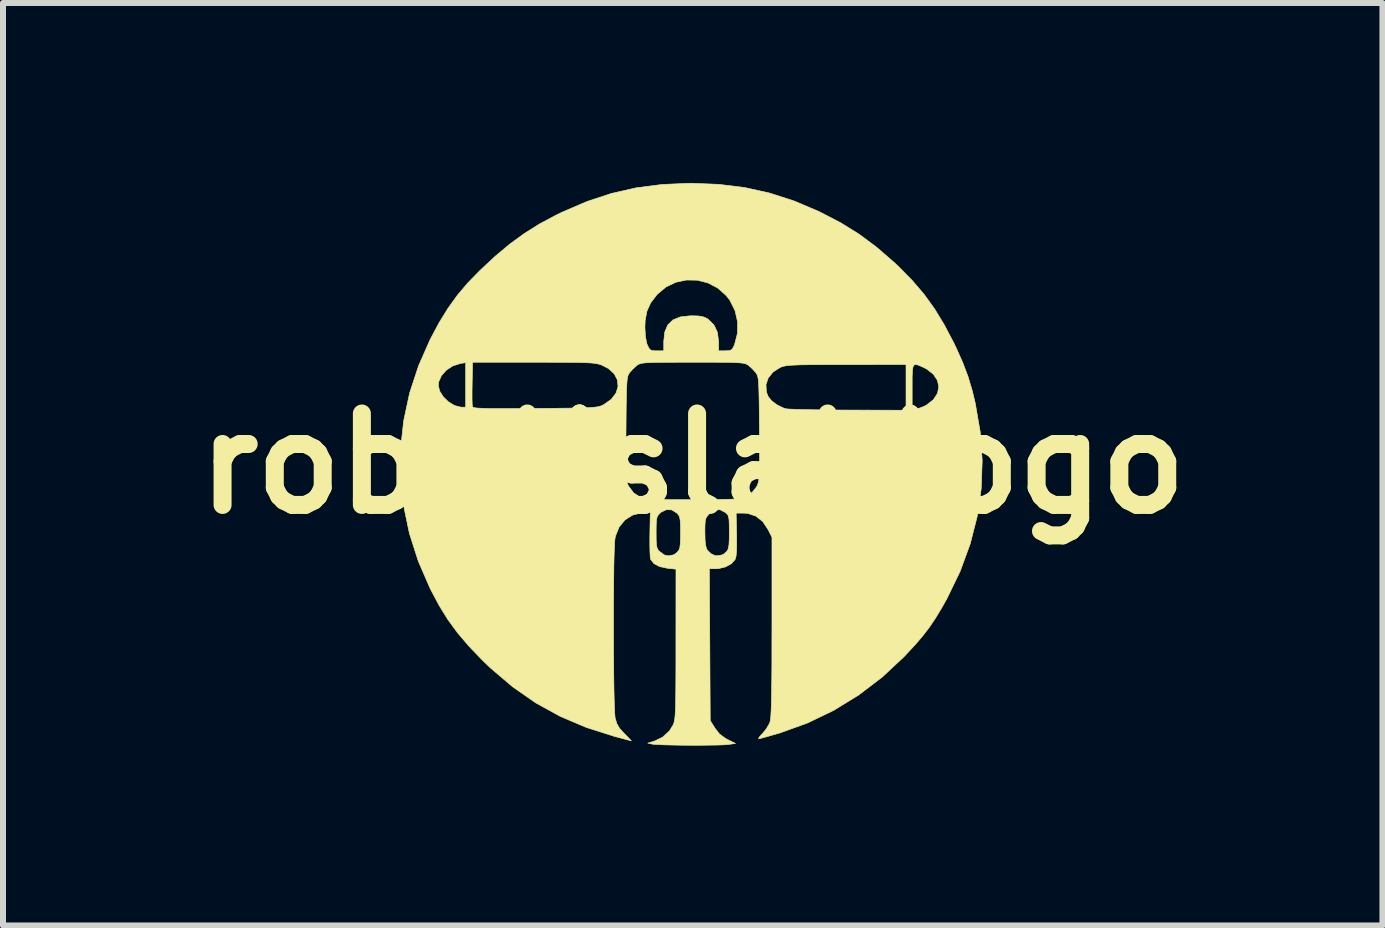
<source format=kicad_pcb>
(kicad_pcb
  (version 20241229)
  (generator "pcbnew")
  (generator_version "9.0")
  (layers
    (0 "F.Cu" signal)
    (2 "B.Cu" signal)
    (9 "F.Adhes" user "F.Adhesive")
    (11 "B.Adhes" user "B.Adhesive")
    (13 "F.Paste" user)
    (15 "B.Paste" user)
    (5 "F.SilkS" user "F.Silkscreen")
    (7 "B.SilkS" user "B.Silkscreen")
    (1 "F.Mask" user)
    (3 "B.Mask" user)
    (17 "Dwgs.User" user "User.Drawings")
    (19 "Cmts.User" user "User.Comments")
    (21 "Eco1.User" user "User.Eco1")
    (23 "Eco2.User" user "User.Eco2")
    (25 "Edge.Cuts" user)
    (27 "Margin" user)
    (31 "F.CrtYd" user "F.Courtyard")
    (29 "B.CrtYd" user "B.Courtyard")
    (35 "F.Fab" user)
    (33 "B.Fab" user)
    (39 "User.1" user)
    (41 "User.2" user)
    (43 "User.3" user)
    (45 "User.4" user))
  (footprint "robotislablogo"
    (layer "F.Cu")
    (at 8.498 4.678)
    (property "Reference" "robotislablogo" (at 0 0 0) (layer "F.SilkS") (effects (font (size 1.524 1.524) (thickness 0.3))))
    (attr through_hole)
    (fp_poly (pts (xy 0.434 -4.655) (xy 0.865 -4.602) (xy 1.28 -4.51) (xy 1.69 -4.378) (xy 2.104 -4.202) (xy 2.126 -4.191) (xy 2.464 -4.016) (xy 2.772 -3.825) (xy 3.065 -3.607) (xy 3.357 -3.354) (xy 3.438 -3.278) (xy 3.66 -3.052) (xy 3.855 -2.824) (xy 4.03 -2.582) (xy 4.192 -2.316) (xy 4.351 -2.014) (xy 4.397 -1.918) (xy 4.505 -1.675) (xy 4.59 -1.449) (xy 4.66 -1.214) (xy 4.71 -1.007) (xy 4.793 -0.525) (xy 4.826 -0.049) (xy 4.809 0.42) (xy 4.742 0.883) (xy 4.625 1.341) (xy 4.458 1.796) (xy 4.24 2.247) (xy 4.155 2.399) (xy 4.051 2.571) (xy 3.95 2.722) (xy 3.841 2.865) (xy 3.715 3.013) (xy 3.562 3.177) (xy 3.519 3.223) (xy 3.157 3.561) (xy 2.767 3.858) (xy 2.351 4.114) (xy 1.913 4.325) (xy 1.455 4.49) (xy 1.333 4.525) (xy 1.239 4.552) (xy 1.158 4.574) (xy 1.11 4.588) (xy 1.109 4.588) (xy 1.096 4.582) (xy 1.12 4.547) (xy 1.16 4.504) (xy 1.224 4.426) (xy 1.275 4.34) (xy 1.29 4.302) (xy 1.297 4.263) (xy 1.303 4.197) (xy 1.308 4.1) (xy 1.312 3.969) (xy 1.315 3.802) (xy 1.318 3.596) (xy 1.32 3.348) (xy 1.32 3.055) (xy 1.321 2.713) (xy 1.321 1.229) (xy 1.256 1.1) (xy 1.167 0.966) (xy 1.053 0.876) (xy 0.919 0.831) (xy 0.854 0.826) (xy 0.724 0.826) (xy 0.732 1.181) (xy 0.733 1.345) (xy 0.73 1.465) (xy 0.722 1.547) (xy 0.707 1.597) (xy 0.706 1.6) (xy 0.644 1.669) (xy 0.548 1.722) (xy 0.434 1.75) (xy 0.386 1.753) (xy 0.277 1.753) (xy 0.292 4.284) (xy 0.369 4.408) (xy 0.446 4.508) (xy 0.544 4.58) (xy 0.58 4.6) (xy 0.713 4.666) (xy 0.594 4.683) (xy 0.528 4.688) (xy 0.424 4.692) (xy 0.29 4.694) (xy 0.137 4.696) (xy -0.026 4.696) (xy -0.189 4.695) (xy -0.344 4.692) (xy -0.48 4.689) (xy -0.588 4.684) (xy -0.658 4.679) (xy -0.673 4.677) (xy -0.749 4.66) (xy -0.642 4.628) (xy -0.502 4.561) (xy -0.389 4.458) (xy -0.327 4.357) (xy -0.316 4.331) (xy -0.308 4.3) (xy -0.3 4.259) (xy -0.294 4.205) (xy -0.29 4.132) (xy -0.286 4.037) (xy -0.284 3.914) (xy -0.282 3.759) (xy -0.281 3.568) (xy -0.28 3.336) (xy -0.28 3.058) (xy -0.28 3.007) (xy -0.279 1.76) (xy -0.417 1.746) (xy -0.55 1.718) (xy -0.646 1.668) (xy -0.7 1.598) (xy -0.703 1.592) (xy -0.709 1.547) (xy -0.713 1.463) (xy -0.715 1.349) (xy -0.715 1.217) (xy -0.714 1.171) (xy -0.714 1.15) (xy -0.61 1.15) (xy -0.609 1.27) (xy -0.605 1.351) (xy -0.595 1.403) (xy -0.579 1.437) (xy -0.553 1.465) (xy -0.552 1.466) (xy -0.47 1.525) (xy -0.4 1.538) (xy -0.385 1.535) (xy -0.338 1.525) (xy -0.328 1.524) (xy -0.295 1.508) (xy -0.254 1.473) (xy -0.231 1.444) (xy -0.216 1.405) (xy -0.208 1.346) (xy -0.204 1.255) (xy -0.203 1.155) (xy -0.203 1.148) (xy 0.203 1.148) (xy 0.206 1.277) (xy 0.215 1.366) (xy 0.233 1.424) (xy 0.244 1.444) (xy 0.304 1.502) (xy 0.374 1.535) (xy 0.428 1.535) (xy 0.475 1.525) (xy 0.485 1.524) (xy 0.518 1.508) (xy 0.559 1.473) (xy 0.582 1.445) (xy 0.596 1.407) (xy 0.605 1.349) (xy 0.609 1.26) (xy 0.61 1.145) (xy 0.609 1.023) (xy 0.606 0.94) (xy 0.598 0.888) (xy 0.584 0.854) (xy 0.56 0.829) (xy 0.543 0.815) (xy 0.455 0.769) (xy 0.37 0.774) (xy 0.285 0.829) (xy 0.277 0.836) (xy 0.243 0.874) (xy 0.221 0.91) (xy 0.209 0.958) (xy 0.204 1.03) (xy 0.203 1.139) (xy 0.203 1.148) (xy -0.203 1.148) (xy -0.204 1.034) (xy -0.208 0.952) (xy -0.217 0.899) (xy -0.233 0.862) (xy -0.259 0.831) (xy -0.266 0.824) (xy -0.349 0.772) (xy -0.439 0.768) (xy -0.528 0.811) (xy -0.542 0.824) (xy -0.573 0.855) (xy -0.592 0.887) (xy -0.603 0.933) (xy -0.608 1.003) (xy -0.61 1.109) (xy -0.61 1.15) (xy -0.714 1.15) (xy -0.707 0.805) (xy -0.849 0.82) (xy -1.003 0.859) (xy -1.13 0.94) (xy -1.227 1.058) (xy -1.287 1.208) (xy -1.295 1.244) (xy -1.301 1.302) (xy -1.306 1.404) (xy -1.311 1.545) (xy -1.315 1.719) (xy -1.317 1.919) (xy -1.319 2.14) (xy -1.321 2.376) (xy -1.321 2.62) (xy -1.321 2.868) (xy -1.32 3.112) (xy -1.318 3.348) (xy -1.316 3.569) (xy -1.313 3.769) (xy -1.309 3.942) (xy -1.304 4.083) (xy -1.299 4.185) (xy -1.293 4.243) (xy -1.292 4.245) (xy -1.266 4.334) (xy -1.222 4.41) (xy -1.149 4.492) (xy -1.141 4.5) (xy -1.081 4.561) (xy -1.039 4.605) (xy -1.023 4.623) (xy -1.024 4.623) (xy -1.049 4.616) (xy -1.113 4.599) (xy -1.206 4.574) (xy -1.308 4.547) (xy -1.776 4.398) (xy -2.211 4.213) (xy -2.619 3.988) (xy -3.004 3.72) (xy -3.372 3.407) (xy -3.507 3.277) (xy -3.731 3.044) (xy -3.92 2.822) (xy -4.083 2.599) (xy -4.23 2.361) (xy -4.371 2.095) (xy -4.377 2.083) (xy -4.575 1.627) (xy -4.723 1.164) (xy -4.821 0.696) (xy -4.87 0.226) (xy -4.87 -0.163) (xy -1.115 -0.163) (xy -1.115 -0.014) (xy -1.113 0.1) (xy -1.11 0.186) (xy -1.105 0.25) (xy -1.098 0.296) (xy -1.089 0.332) (xy -1.077 0.361) (xy -1.069 0.376) (xy -0.984 0.49) (xy -0.863 0.568) (xy -0.815 0.586) (xy -0.774 0.591) (xy -0.689 0.595) (xy -0.566 0.599) (xy -0.414 0.601) (xy -0.237 0.602) (xy -0.044 0.602) (xy 0.038 0.602) (xy 0.259 0.6) (xy 0.435 0.599) (xy 0.572 0.596) (xy 0.675 0.593) (xy 0.752 0.589) (xy 0.808 0.582) (xy 0.848 0.573) (xy 0.879 0.561) (xy 0.906 0.546) (xy 0.922 0.537) (xy 0.996 0.474) (xy 1.059 0.394) (xy 1.069 0.378) (xy 1.082 0.348) (xy 1.093 0.317) (xy 1.102 0.277) (xy 1.108 0.224) (xy 1.112 0.151) (xy 1.114 0.053) (xy 1.115 -0.076) (xy 1.115 -0.24) (xy 1.113 -0.447) (xy 1.112 -0.583) (xy 1.11 -0.816) (xy 1.108 -1.003) (xy 1.105 -1.15) (xy 1.102 -1.263) (xy 1.099 -1.315) (xy 1.221 -1.315) (xy 1.228 -1.195) (xy 1.257 -1.119) (xy 1.316 -1.046) (xy 1.408 -0.977) (xy 1.514 -0.926) (xy 1.558 -0.913) (xy 1.601 -0.909) (xy 1.689 -0.905) (xy 1.815 -0.901) (xy 1.974 -0.898) (xy 2.158 -0.895) (xy 2.363 -0.893) (xy 2.581 -0.892) (xy 2.597 -0.892) (xy 3.556 -0.889) (xy 3.556 -1.291) (xy 3.658 -1.291) (xy 3.658 -1.283) (xy 3.658 -0.914) (xy 3.725 -0.914) (xy 3.788 -0.927) (xy 3.867 -0.959) (xy 3.899 -0.977) (xy 4.013 -1.066) (xy 4.08 -1.169) (xy 4.102 -1.278) (xy 4.08 -1.386) (xy 4.013 -1.488) (xy 3.902 -1.575) (xy 3.848 -1.603) (xy 3.777 -1.635) (xy 3.726 -1.651) (xy 3.692 -1.645) (xy 3.672 -1.612) (xy 3.662 -1.546) (xy 3.658 -1.441) (xy 3.658 -1.291) (xy 3.556 -1.291) (xy 3.556 -1.651) (xy 2.559 -1.65) (xy 2.305 -1.65) (xy 2.097 -1.649) (xy 1.93 -1.648) (xy 1.797 -1.646) (xy 1.695 -1.642) (xy 1.618 -1.638) (xy 1.56 -1.631) (xy 1.517 -1.623) (xy 1.484 -1.613) (xy 1.459 -1.603) (xy 1.34 -1.527) (xy 1.259 -1.428) (xy 1.221 -1.315) (xy 1.099 -1.315) (xy 1.098 -1.346) (xy 1.092 -1.407) (xy 1.084 -1.449) (xy 1.074 -1.479) (xy 1.062 -1.501) (xy 1.053 -1.514) (xy 0.992 -1.582) (xy 0.93 -1.637) (xy 0.909 -1.651) (xy 0.885 -1.662) (xy 0.852 -1.671) (xy 0.805 -1.678) (xy 0.739 -1.682) (xy 0.647 -1.686) (xy 0.524 -1.688) (xy 0.366 -1.689) (xy 0.166 -1.689) (xy 0 -1.689) (xy -0.232 -1.689) (xy -0.419 -1.688) (xy -0.566 -1.687) (xy -0.678 -1.685) (xy -0.762 -1.681) (xy -0.822 -1.676) (xy -0.864 -1.669) (xy -0.893 -1.659) (xy -0.916 -1.647) (xy -0.93 -1.637) (xy -0.998 -1.576) (xy -1.053 -1.514) (xy -1.067 -1.493) (xy -1.078 -1.469) (xy -1.087 -1.435) (xy -1.094 -1.386) (xy -1.099 -1.318) (xy -1.103 -1.224) (xy -1.106 -1.099) (xy -1.109 -0.937) (xy -1.111 -0.733) (xy -1.112 -0.583) (xy -1.114 -0.35) (xy -1.115 -0.163) (xy -4.87 -0.163) (xy -4.87 -0.244) (xy -4.819 -0.711) (xy -4.72 -1.174) (xy -4.677 -1.306) (xy -4.242 -1.306) (xy -4.219 -1.209) (xy -4.158 -1.113) (xy -4.072 -1.029) (xy -3.971 -0.968) (xy -3.867 -0.941) (xy -3.854 -0.94) (xy -3.785 -0.94) (xy -3.785 -1.203) (xy -3.679 -1.203) (xy -3.679 -1.089) (xy -3.677 -1.002) (xy -3.673 -0.952) (xy -3.671 -0.946) (xy -3.66 -0.937) (xy -3.632 -0.93) (xy -3.583 -0.925) (xy -3.507 -0.921) (xy -3.402 -0.918) (xy -3.262 -0.917) (xy -3.084 -0.917) (xy -2.863 -0.918) (xy -2.623 -0.919) (xy -2.366 -0.921) (xy -2.155 -0.923) (xy -1.985 -0.925) (xy -1.85 -0.928) (xy -1.746 -0.932) (xy -1.667 -0.937) (xy -1.608 -0.943) (xy -1.565 -0.95) (xy -1.532 -0.96) (xy -1.504 -0.972) (xy -1.483 -0.983) (xy -1.358 -1.071) (xy -1.279 -1.174) (xy -1.245 -1.284) (xy -1.255 -1.394) (xy -1.309 -1.497) (xy -1.407 -1.586) (xy -1.519 -1.643) (xy -1.553 -1.655) (xy -1.592 -1.664) (xy -1.641 -1.672) (xy -1.706 -1.678) (xy -1.791 -1.682) (xy -1.903 -1.685) (xy -2.045 -1.687) (xy -2.223 -1.688) (xy -2.443 -1.689) (xy -2.654 -1.689) (xy -3.67 -1.689) (xy -3.677 -1.335) (xy -3.679 -1.203) (xy -3.785 -1.203) (xy -3.785 -1.683) (xy -3.875 -1.668) (xy -4 -1.628) (xy -4.108 -1.557) (xy -4.19 -1.464) (xy -4.236 -1.359) (xy -4.242 -1.306) (xy -4.677 -1.306) (xy -4.57 -1.631) (xy -4.377 -2.069) (xy -4.268 -2.273) (xy -0.797 -2.273) (xy -0.789 -2.119) (xy -0.766 -2.002) (xy -0.755 -1.975) (xy -0.726 -1.916) (xy -0.692 -1.888) (xy -0.636 -1.88) (xy -0.598 -1.88) (xy -0.483 -1.88) (xy -0.483 -2.038) (xy -0.466 -2.193) (xy -0.416 -2.311) (xy -0.33 -2.395) (xy -0.207 -2.445) (xy -0.045 -2.463) (xy -0.023 -2.464) (xy 0.087 -2.461) (xy 0.163 -2.45) (xy 0.223 -2.427) (xy 0.257 -2.406) (xy 0.353 -2.313) (xy 0.411 -2.19) (xy 0.432 -2.033) (xy 0.432 -2.026) (xy 0.432 -1.88) (xy 0.543 -1.88) (xy 0.613 -1.883) (xy 0.653 -1.901) (xy 0.681 -1.947) (xy 0.698 -1.986) (xy 0.746 -2.172) (xy 0.748 -2.364) (xy 0.705 -2.55) (xy 0.62 -2.721) (xy 0.558 -2.801) (xy 0.416 -2.927) (xy 0.253 -3.012) (xy 0.076 -3.057) (xy -0.104 -3.06) (xy -0.281 -3.023) (xy -0.446 -2.944) (xy -0.59 -2.823) (xy -0.597 -2.815) (xy -0.7 -2.681) (xy -0.763 -2.543) (xy -0.793 -2.384) (xy -0.797 -2.273) (xy -4.268 -2.273) (xy -4.229 -2.347) (xy -4.081 -2.587) (xy -3.925 -2.804) (xy -3.751 -3.01) (xy -3.551 -3.215) (xy -3.294 -3.455) (xy -3.05 -3.659) (xy -2.808 -3.835) (xy -2.557 -3.993) (xy -2.284 -4.139) (xy -2.177 -4.191) (xy -1.763 -4.369) (xy -1.353 -4.504) (xy -0.939 -4.598) (xy -0.508 -4.653) (xy -0.051 -4.673) (xy -0.025 -4.673) (xy 0.434 -4.655)) (stroke (width 0.01) (type solid)) (fill yes) (layer "F.SilkS")))
  (gr_rect
    (start -3 -3)
    (end 19.996 12.378)
    (stroke (width 0.1) (type default))
    (fill no)
    (layer "Edge.Cuts")))
</source>
